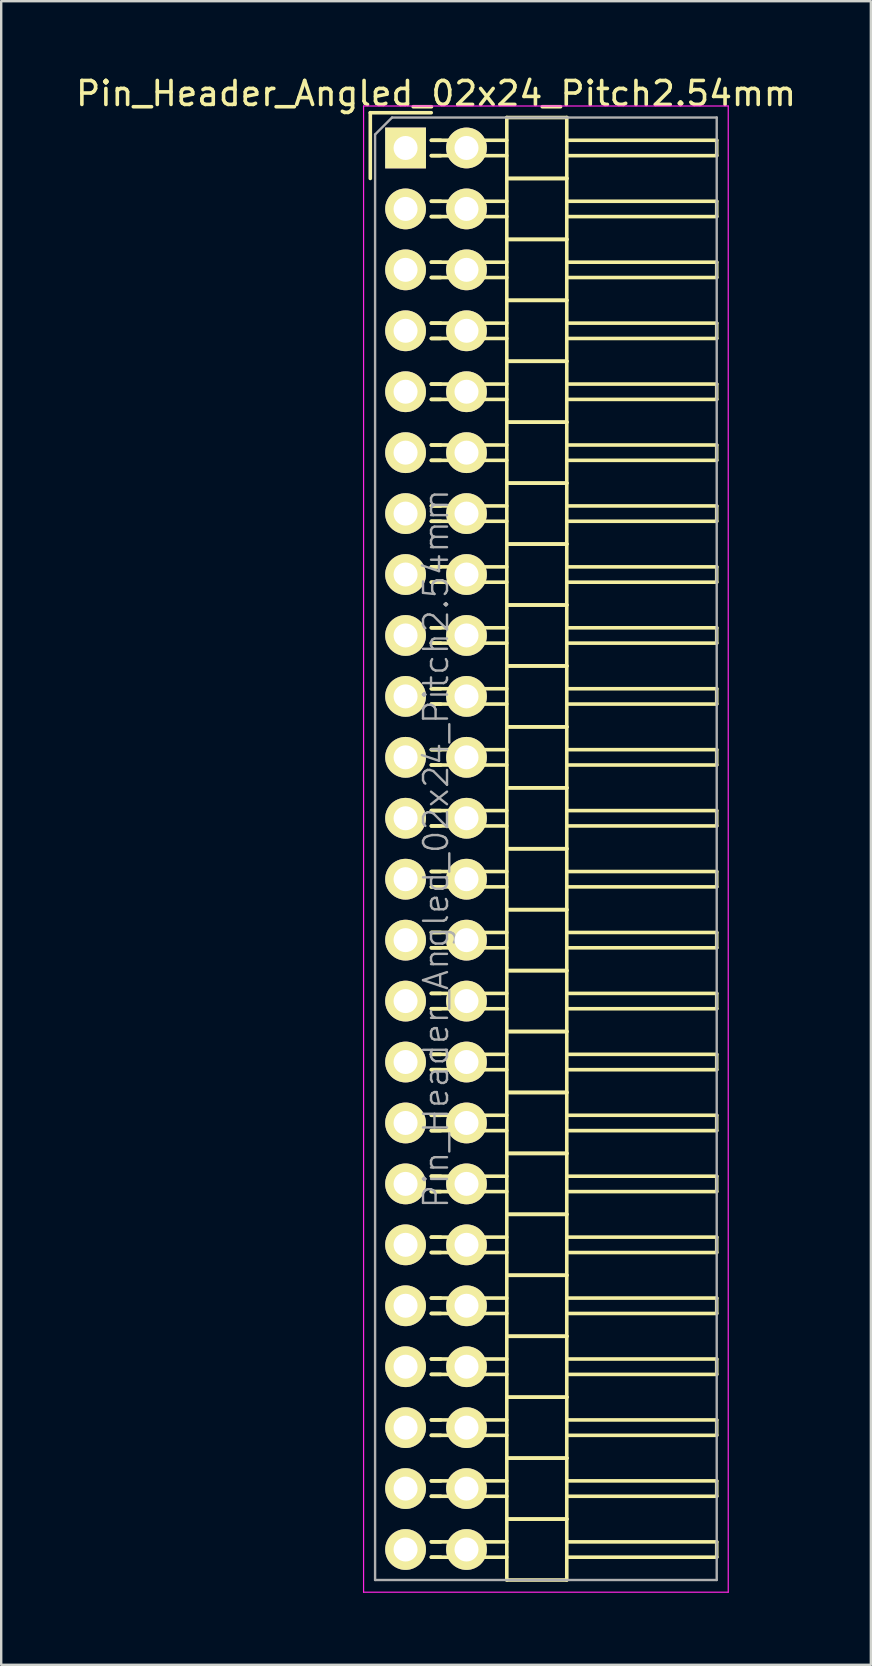
<source format=kicad_pcb>
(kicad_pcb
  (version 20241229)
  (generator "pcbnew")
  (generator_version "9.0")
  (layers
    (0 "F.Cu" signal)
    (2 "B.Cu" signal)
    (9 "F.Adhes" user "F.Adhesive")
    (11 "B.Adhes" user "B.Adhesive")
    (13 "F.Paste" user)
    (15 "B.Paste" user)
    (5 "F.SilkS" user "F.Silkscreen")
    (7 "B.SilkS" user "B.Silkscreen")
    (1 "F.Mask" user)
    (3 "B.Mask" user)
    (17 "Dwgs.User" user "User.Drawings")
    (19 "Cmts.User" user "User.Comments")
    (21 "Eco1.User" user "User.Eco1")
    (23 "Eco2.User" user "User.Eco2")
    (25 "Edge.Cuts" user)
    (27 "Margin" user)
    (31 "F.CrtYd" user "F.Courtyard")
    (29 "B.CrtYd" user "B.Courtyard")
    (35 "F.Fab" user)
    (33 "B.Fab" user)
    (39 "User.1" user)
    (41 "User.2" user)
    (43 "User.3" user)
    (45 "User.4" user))
  (footprint "Pin_Header_Angled_02x24_Pitch2.54mm"
    (layer "F.Cu")
    (at 13.855 3.118)
    (property "Reference" "Pin_Header_Angled_02x24_Pitch2.54mm" (at 1.27 -2.27 0) (layer "F.SilkS") (effects (font (size 1 1) (thickness 0.15))))
    (attr smd)
    (fp_line (start -1.47 -1.47) (end -1.47 1.27) (stroke (width 0.15) (type solid)) (layer "F.SilkS"))
    (fp_line (start -1.47 -1.47) (end 1.07 -1.47) (stroke (width 0.15) (type solid)) (layer "F.SilkS"))
    (fp_line (start 1.465 -0.32) (end 1.075 -0.32) (stroke (width 0.15) (type solid)) (layer "F.SilkS"))
    (fp_line (start 1.465 0.32) (end 1.075 0.32) (stroke (width 0.15) (type solid)) (layer "F.SilkS"))
    (fp_line (start 1.465 2.22) (end 1.075 2.22) (stroke (width 0.15) (type solid)) (layer "F.SilkS"))
    (fp_line (start 1.465 2.86) (end 1.075 2.86) (stroke (width 0.15) (type solid)) (layer "F.SilkS"))
    (fp_line (start 1.465 4.76) (end 1.075 4.76) (stroke (width 0.15) (type solid)) (layer "F.SilkS"))
    (fp_line (start 1.465 5.4) (end 1.075 5.4) (stroke (width 0.15) (type solid)) (layer "F.SilkS"))
    (fp_line (start 1.465 7.3) (end 1.075 7.3) (stroke (width 0.15) (type solid)) (layer "F.SilkS"))
    (fp_line (start 1.465 7.94) (end 1.075 7.94) (stroke (width 0.15) (type solid)) (layer "F.SilkS"))
    (fp_line (start 1.465 9.84) (end 1.075 9.84) (stroke (width 0.15) (type solid)) (layer "F.SilkS"))
    (fp_line (start 1.465 10.48) (end 1.075 10.48) (stroke (width 0.15) (type solid)) (layer "F.SilkS"))
    (fp_line (start 1.465 12.38) (end 1.075 12.38) (stroke (width 0.15) (type solid)) (layer "F.SilkS"))
    (fp_line (start 1.465 13.02) (end 1.075 13.02) (stroke (width 0.15) (type solid)) (layer "F.SilkS"))
    (fp_line (start 1.465 14.92) (end 1.075 14.92) (stroke (width 0.15) (type solid)) (layer "F.SilkS"))
    (fp_line (start 1.465 15.56) (end 1.075 15.56) (stroke (width 0.15) (type solid)) (layer "F.SilkS"))
    (fp_line (start 1.465 17.46) (end 1.075 17.46) (stroke (width 0.15) (type solid)) (layer "F.SilkS"))
    (fp_line (start 1.465 18.1) (end 1.075 18.1) (stroke (width 0.15) (type solid)) (layer "F.SilkS"))
    (fp_line (start 1.465 20) (end 1.075 20) (stroke (width 0.15) (type solid)) (layer "F.SilkS"))
    (fp_line (start 1.465 20.64) (end 1.075 20.64) (stroke (width 0.15) (type solid)) (layer "F.SilkS"))
    (fp_line (start 1.465 22.54) (end 1.075 22.54) (stroke (width 0.15) (type solid)) (layer "F.SilkS"))
    (fp_line (start 1.465 23.18) (end 1.075 23.18) (stroke (width 0.15) (type solid)) (layer "F.SilkS"))
    (fp_line (start 1.465 25.08) (end 1.075 25.08) (stroke (width 0.15) (type solid)) (layer "F.SilkS"))
    (fp_line (start 1.465 25.72) (end 1.075 25.72) (stroke (width 0.15) (type solid)) (layer "F.SilkS"))
    (fp_line (start 1.465 27.62) (end 1.075 27.62) (stroke (width 0.15) (type solid)) (layer "F.SilkS"))
    (fp_line (start 1.465 28.26) (end 1.075 28.26) (stroke (width 0.15) (type solid)) (layer "F.SilkS"))
    (fp_line (start 1.465 30.16) (end 1.075 30.16) (stroke (width 0.15) (type solid)) (layer "F.SilkS"))
    (fp_line (start 1.465 30.8) (end 1.075 30.8) (stroke (width 0.15) (type solid)) (layer "F.SilkS"))
    (fp_line (start 1.465 32.7) (end 1.075 32.7) (stroke (width 0.15) (type solid)) (layer "F.SilkS"))
    (fp_line (start 1.465 33.34) (end 1.075 33.34) (stroke (width 0.15) (type solid)) (layer "F.SilkS"))
    (fp_line (start 1.465 35.24) (end 1.075 35.24) (stroke (width 0.15) (type solid)) (layer "F.SilkS"))
    (fp_line (start 1.465 35.88) (end 1.075 35.88) (stroke (width 0.15) (type solid)) (layer "F.SilkS"))
    (fp_line (start 1.465 37.78) (end 1.075 37.78) (stroke (width 0.15) (type solid)) (layer "F.SilkS"))
    (fp_line (start 1.465 38.42) (end 1.075 38.42) (stroke (width 0.15) (type solid)) (layer "F.SilkS"))
    (fp_line (start 1.465 40.32) (end 1.075 40.32) (stroke (width 0.15) (type solid)) (layer "F.SilkS"))
    (fp_line (start 1.465 40.96) (end 1.075 40.96) (stroke (width 0.15) (type solid)) (layer "F.SilkS"))
    (fp_line (start 1.465 42.86) (end 1.075 42.86) (stroke (width 0.15) (type solid)) (layer "F.SilkS"))
    (fp_line (start 1.465 43.5) (end 1.075 43.5) (stroke (width 0.15) (type solid)) (layer "F.SilkS"))
    (fp_line (start 1.465 45.4) (end 1.075 45.4) (stroke (width 0.15) (type solid)) (layer "F.SilkS"))
    (fp_line (start 1.465 46.04) (end 1.075 46.04) (stroke (width 0.15) (type solid)) (layer "F.SilkS"))
    (fp_line (start 1.465 47.94) (end 1.075 47.94) (stroke (width 0.15) (type solid)) (layer "F.SilkS"))
    (fp_line (start 1.465 48.58) (end 1.075 48.58) (stroke (width 0.15) (type solid)) (layer "F.SilkS"))
    (fp_line (start 1.465 50.48) (end 1.075 50.48) (stroke (width 0.15) (type solid)) (layer "F.SilkS"))
    (fp_line (start 1.465 51.12) (end 1.075 51.12) (stroke (width 0.15) (type solid)) (layer "F.SilkS"))
    (fp_line (start 1.465 53.02) (end 1.075 53.02) (stroke (width 0.15) (type solid)) (layer "F.SilkS"))
    (fp_line (start 1.465 53.66) (end 1.075 53.66) (stroke (width 0.15) (type solid)) (layer "F.SilkS"))
    (fp_line (start 1.465 55.56) (end 1.075 55.56) (stroke (width 0.15) (type solid)) (layer "F.SilkS"))
    (fp_line (start 1.465 56.2) (end 1.075 56.2) (stroke (width 0.15) (type solid)) (layer "F.SilkS"))
    (fp_line (start 1.465 58.1) (end 1.075 58.1) (stroke (width 0.15) (type solid)) (layer "F.SilkS"))
    (fp_line (start 1.465 58.74) (end 1.075 58.74) (stroke (width 0.15) (type solid)) (layer "F.SilkS"))
    (fp_line (start 4.22 -0.32) (end 1.075 -0.32) (stroke (width 0.15) (type solid)) (layer "F.SilkS"))
    (fp_line (start 4.22 0.32) (end 1.075 0.32) (stroke (width 0.15) (type solid)) (layer "F.SilkS"))
    (fp_line (start 4.22 1.27) (end 4.22 -1.27) (stroke (width 0.15) (type solid)) (layer "F.SilkS"))
    (fp_line (start 4.22 2.22) (end 1.075 2.22) (stroke (width 0.15) (type solid)) (layer "F.SilkS"))
    (fp_line (start 4.22 2.86) (end 1.075 2.86) (stroke (width 0.15) (type solid)) (layer "F.SilkS"))
    (fp_line (start 4.22 3.81) (end 4.22 1.27) (stroke (width 0.15) (type solid)) (layer "F.SilkS"))
    (fp_line (start 4.22 4.76) (end 1.075 4.76) (stroke (width 0.15) (type solid)) (layer "F.SilkS"))
    (fp_line (start 4.22 5.4) (end 1.075 5.4) (stroke (width 0.15) (type solid)) (layer "F.SilkS"))
    (fp_line (start 4.22 6.35) (end 4.22 3.81) (stroke (width 0.15) (type solid)) (layer "F.SilkS"))
    (fp_line (start 4.22 7.3) (end 1.075 7.3) (stroke (width 0.15) (type solid)) (layer "F.SilkS"))
    (fp_line (start 4.22 7.94) (end 1.075 7.94) (stroke (width 0.15) (type solid)) (layer "F.SilkS"))
    (fp_line (start 4.22 8.89) (end 4.22 6.35) (stroke (width 0.15) (type solid)) (layer "F.SilkS"))
    (fp_line (start 4.22 9.84) (end 1.075 9.84) (stroke (width 0.15) (type solid)) (layer "F.SilkS"))
    (fp_line (start 4.22 10.48) (end 1.075 10.48) (stroke (width 0.15) (type solid)) (layer "F.SilkS"))
    (fp_line (start 4.22 11.43) (end 4.22 8.89) (stroke (width 0.15) (type solid)) (layer "F.SilkS"))
    (fp_line (start 4.22 12.38) (end 1.075 12.38) (stroke (width 0.15) (type solid)) (layer "F.SilkS"))
    (fp_line (start 4.22 13.02) (end 1.075 13.02) (stroke (width 0.15) (type solid)) (layer "F.SilkS"))
    (fp_line (start 4.22 13.97) (end 4.22 11.43) (stroke (width 0.15) (type solid)) (layer "F.SilkS"))
    (fp_line (start 4.22 14.92) (end 1.075 14.92) (stroke (width 0.15) (type solid)) (layer "F.SilkS"))
    (fp_line (start 4.22 15.56) (end 1.075 15.56) (stroke (width 0.15) (type solid)) (layer "F.SilkS"))
    (fp_line (start 4.22 16.51) (end 4.22 13.97) (stroke (width 0.15) (type solid)) (layer "F.SilkS"))
    (fp_line (start 4.22 17.46) (end 1.075 17.46) (stroke (width 0.15) (type solid)) (layer "F.SilkS"))
    (fp_line (start 4.22 18.1) (end 1.075 18.1) (stroke (width 0.15) (type solid)) (layer "F.SilkS"))
    (fp_line (start 4.22 19.05) (end 4.22 16.51) (stroke (width 0.15) (type solid)) (layer "F.SilkS"))
    (fp_line (start 4.22 20) (end 1.075 20) (stroke (width 0.15) (type solid)) (layer "F.SilkS"))
    (fp_line (start 4.22 20.64) (end 1.075 20.64) (stroke (width 0.15) (type solid)) (layer "F.SilkS"))
    (fp_line (start 4.22 21.59) (end 4.22 19.05) (stroke (width 0.15) (type solid)) (layer "F.SilkS"))
    (fp_line (start 4.22 22.54) (end 1.075 22.54) (stroke (width 0.15) (type solid)) (layer "F.SilkS"))
    (fp_line (start 4.22 23.18) (end 1.075 23.18) (stroke (width 0.15) (type solid)) (layer "F.SilkS"))
    (fp_line (start 4.22 24.13) (end 4.22 21.59) (stroke (width 0.15) (type solid)) (layer "F.SilkS"))
    (fp_line (start 4.22 25.08) (end 1.075 25.08) (stroke (width 0.15) (type solid)) (layer "F.SilkS"))
    (fp_line (start 4.22 25.72) (end 1.075 25.72) (stroke (width 0.15) (type solid)) (layer "F.SilkS"))
    (fp_line (start 4.22 26.67) (end 4.22 24.13) (stroke (width 0.15) (type solid)) (layer "F.SilkS"))
    (fp_line (start 4.22 27.62) (end 1.075 27.62) (stroke (width 0.15) (type solid)) (layer "F.SilkS"))
    (fp_line (start 4.22 28.26) (end 1.075 28.26) (stroke (width 0.15) (type solid)) (layer "F.SilkS"))
    (fp_line (start 4.22 29.21) (end 4.22 26.67) (stroke (width 0.15) (type solid)) (layer "F.SilkS"))
    (fp_line (start 4.22 30.16) (end 1.075 30.16) (stroke (width 0.15) (type solid)) (layer "F.SilkS"))
    (fp_line (start 4.22 30.8) (end 1.075 30.8) (stroke (width 0.15) (type solid)) (layer "F.SilkS"))
    (fp_line (start 4.22 31.75) (end 4.22 29.21) (stroke (width 0.15) (type solid)) (layer "F.SilkS"))
    (fp_line (start 4.22 32.7) (end 1.075 32.7) (stroke (width 0.15) (type solid)) (layer "F.SilkS"))
    (fp_line (start 4.22 33.34) (end 1.075 33.34) (stroke (width 0.15) (type solid)) (layer "F.SilkS"))
    (fp_line (start 4.22 34.29) (end 4.22 31.75) (stroke (width 0.15) (type solid)) (layer "F.SilkS"))
    (fp_line (start 4.22 35.24) (end 1.075 35.24) (stroke (width 0.15) (type solid)) (layer "F.SilkS"))
    (fp_line (start 4.22 35.88) (end 1.075 35.88) (stroke (width 0.15) (type solid)) (layer "F.SilkS"))
    (fp_line (start 4.22 36.83) (end 4.22 34.29) (stroke (width 0.15) (type solid)) (layer "F.SilkS"))
    (fp_line (start 4.22 37.78) (end 1.075 37.78) (stroke (width 0.15) (type solid)) (layer "F.SilkS"))
    (fp_line (start 4.22 38.42) (end 1.075 38.42) (stroke (width 0.15) (type solid)) (layer "F.SilkS"))
    (fp_line (start 4.22 39.37) (end 4.22 36.83) (stroke (width 0.15) (type solid)) (layer "F.SilkS"))
    (fp_line (start 4.22 40.32) (end 1.075 40.32) (stroke (width 0.15) (type solid)) (layer "F.SilkS"))
    (fp_line (start 4.22 40.96) (end 1.075 40.96) (stroke (width 0.15) (type solid)) (layer "F.SilkS"))
    (fp_line (start 4.22 41.91) (end 4.22 39.37) (stroke (width 0.15) (type solid)) (layer "F.SilkS"))
    (fp_line (start 4.22 42.86) (end 1.075 42.86) (stroke (width 0.15) (type solid)) (layer "F.SilkS"))
    (fp_line (start 4.22 43.5) (end 1.075 43.5) (stroke (width 0.15) (type solid)) (layer "F.SilkS"))
    (fp_line (start 4.22 44.45) (end 4.22 41.91) (stroke (width 0.15) (type solid)) (layer "F.SilkS"))
    (fp_line (start 4.22 45.4) (end 1.075 45.4) (stroke (width 0.15) (type solid)) (layer "F.SilkS"))
    (fp_line (start 4.22 46.04) (end 1.075 46.04) (stroke (width 0.15) (type solid)) (layer "F.SilkS"))
    (fp_line (start 4.22 46.99) (end 4.22 44.45) (stroke (width 0.15) (type solid)) (layer "F.SilkS"))
    (fp_line (start 4.22 47.94) (end 1.075 47.94) (stroke (width 0.15) (type solid)) (layer "F.SilkS"))
    (fp_line (start 4.22 48.58) (end 1.075 48.58) (stroke (width 0.15) (type solid)) (layer "F.SilkS"))
    (fp_line (start 4.22 49.53) (end 4.22 46.99) (stroke (width 0.15) (type solid)) (layer "F.SilkS"))
    (fp_line (start 4.22 50.48) (end 1.075 50.48) (stroke (width 0.15) (type solid)) (layer "F.SilkS"))
    (fp_line (start 4.22 51.12) (end 1.075 51.12) (stroke (width 0.15) (type solid)) (layer "F.SilkS"))
    (fp_line (start 4.22 52.07) (end 4.22 49.53) (stroke (width 0.15) (type solid)) (layer "F.SilkS"))
    (fp_line (start 4.22 53.02) (end 1.075 53.02) (stroke (width 0.15) (type solid)) (layer "F.SilkS"))
    (fp_line (start 4.22 53.66) (end 1.075 53.66) (stroke (width 0.15) (type solid)) (layer "F.SilkS"))
    (fp_line (start 4.22 54.61) (end 4.22 52.07) (stroke (width 0.15) (type solid)) (layer "F.SilkS"))
    (fp_line (start 4.22 55.56) (end 1.075 55.56) (stroke (width 0.15) (type solid)) (layer "F.SilkS"))
    (fp_line (start 4.22 56.2) (end 1.075 56.2) (stroke (width 0.15) (type solid)) (layer "F.SilkS"))
    (fp_line (start 4.22 57.15) (end 4.22 54.61) (stroke (width 0.15) (type solid)) (layer "F.SilkS"))
    (fp_line (start 4.22 58.1) (end 1.075 58.1) (stroke (width 0.15) (type solid)) (layer "F.SilkS"))
    (fp_line (start 4.22 58.74) (end 1.075 58.74) (stroke (width 0.15) (type solid)) (layer "F.SilkS"))
    (fp_line (start 4.22 59.69) (end 4.22 57.15) (stroke (width 0.15) (type solid)) (layer "F.SilkS"))
    (fp_line (start 6.72 -1.27) (end 4.22 -1.27) (stroke (width 0.15) (type solid)) (layer "F.SilkS"))
    (fp_line (start 6.72 -0.32) (end 12.97 -0.32) (stroke (width 0.15) (type solid)) (layer "F.SilkS"))
    (fp_line (start 6.72 0.32) (end 12.97 0.32) (stroke (width 0.15) (type solid)) (layer "F.SilkS"))
    (fp_line (start 6.72 1.27) (end 4.22 1.27) (stroke (width 0.15) (type solid)) (layer "F.SilkS"))
    (fp_line (start 6.72 1.27) (end 4.22 1.27) (stroke (width 0.15) (type solid)) (layer "F.SilkS"))
    (fp_line (start 6.72 1.27) (end 6.72 -1.27) (stroke (width 0.15) (type solid)) (layer "F.SilkS"))
    (fp_line (start 6.72 2.22) (end 12.97 2.22) (stroke (width 0.15) (type solid)) (layer "F.SilkS"))
    (fp_line (start 6.72 2.86) (end 12.97 2.86) (stroke (width 0.15) (type solid)) (layer "F.SilkS"))
    (fp_line (start 6.72 3.81) (end 4.22 3.81) (stroke (width 0.15) (type solid)) (layer "F.SilkS"))
    (fp_line (start 6.72 3.81) (end 4.22 3.81) (stroke (width 0.15) (type solid)) (layer "F.SilkS"))
    (fp_line (start 6.72 3.81) (end 6.72 1.27) (stroke (width 0.15) (type solid)) (layer "F.SilkS"))
    (fp_line (start 6.72 4.76) (end 12.97 4.76) (stroke (width 0.15) (type solid)) (layer "F.SilkS"))
    (fp_line (start 6.72 5.4) (end 12.97 5.4) (stroke (width 0.15) (type solid)) (layer "F.SilkS"))
    (fp_line (start 6.72 6.35) (end 4.22 6.35) (stroke (width 0.15) (type solid)) (layer "F.SilkS"))
    (fp_line (start 6.72 6.35) (end 4.22 6.35) (stroke (width 0.15) (type solid)) (layer "F.SilkS"))
    (fp_line (start 6.72 6.35) (end 6.72 3.81) (stroke (width 0.15) (type solid)) (layer "F.SilkS"))
    (fp_line (start 6.72 7.3) (end 12.97 7.3) (stroke (width 0.15) (type solid)) (layer "F.SilkS"))
    (fp_line (start 6.72 7.94) (end 12.97 7.94) (stroke (width 0.15) (type solid)) (layer "F.SilkS"))
    (fp_line (start 6.72 8.89) (end 4.22 8.89) (stroke (width 0.15) (type solid)) (layer "F.SilkS"))
    (fp_line (start 6.72 8.89) (end 4.22 8.89) (stroke (width 0.15) (type solid)) (layer "F.SilkS"))
    (fp_line (start 6.72 8.89) (end 6.72 6.35) (stroke (width 0.15) (type solid)) (layer "F.SilkS"))
    (fp_line (start 6.72 9.84) (end 12.97 9.84) (stroke (width 0.15) (type solid)) (layer "F.SilkS"))
    (fp_line (start 6.72 10.48) (end 12.97 10.48) (stroke (width 0.15) (type solid)) (layer "F.SilkS"))
    (fp_line (start 6.72 11.43) (end 4.22 11.43) (stroke (width 0.15) (type solid)) (layer "F.SilkS"))
    (fp_line (start 6.72 11.43) (end 4.22 11.43) (stroke (width 0.15) (type solid)) (layer "F.SilkS"))
    (fp_line (start 6.72 11.43) (end 6.72 8.89) (stroke (width 0.15) (type solid)) (layer "F.SilkS"))
    (fp_line (start 6.72 12.38) (end 12.97 12.38) (stroke (width 0.15) (type solid)) (layer "F.SilkS"))
    (fp_line (start 6.72 13.02) (end 12.97 13.02) (stroke (width 0.15) (type solid)) (layer "F.SilkS"))
    (fp_line (start 6.72 13.97) (end 4.22 13.97) (stroke (width 0.15) (type solid)) (layer "F.SilkS"))
    (fp_line (start 6.72 13.97) (end 4.22 13.97) (stroke (width 0.15) (type solid)) (layer "F.SilkS"))
    (fp_line (start 6.72 13.97) (end 6.72 11.43) (stroke (width 0.15) (type solid)) (layer "F.SilkS"))
    (fp_line (start 6.72 14.92) (end 12.97 14.92) (stroke (width 0.15) (type solid)) (layer "F.SilkS"))
    (fp_line (start 6.72 15.56) (end 12.97 15.56) (stroke (width 0.15) (type solid)) (layer "F.SilkS"))
    (fp_line (start 6.72 16.51) (end 4.22 16.51) (stroke (width 0.15) (type solid)) (layer "F.SilkS"))
    (fp_line (start 6.72 16.51) (end 4.22 16.51) (stroke (width 0.15) (type solid)) (layer "F.SilkS"))
    (fp_line (start 6.72 16.51) (end 6.72 13.97) (stroke (width 0.15) (type solid)) (layer "F.SilkS"))
    (fp_line (start 6.72 17.46) (end 12.97 17.46) (stroke (width 0.15) (type solid)) (layer "F.SilkS"))
    (fp_line (start 6.72 18.1) (end 12.97 18.1) (stroke (width 0.15) (type solid)) (layer "F.SilkS"))
    (fp_line (start 6.72 19.05) (end 4.22 19.05) (stroke (width 0.15) (type solid)) (layer "F.SilkS"))
    (fp_line (start 6.72 19.05) (end 4.22 19.05) (stroke (width 0.15) (type solid)) (layer "F.SilkS"))
    (fp_line (start 6.72 19.05) (end 6.72 16.51) (stroke (width 0.15) (type solid)) (layer "F.SilkS"))
    (fp_line (start 6.72 20) (end 12.97 20) (stroke (width 0.15) (type solid)) (layer "F.SilkS"))
    (fp_line (start 6.72 20.64) (end 12.97 20.64) (stroke (width 0.15) (type solid)) (layer "F.SilkS"))
    (fp_line (start 6.72 21.59) (end 4.22 21.59) (stroke (width 0.15) (type solid)) (layer "F.SilkS"))
    (fp_line (start 6.72 21.59) (end 4.22 21.59) (stroke (width 0.15) (type solid)) (layer "F.SilkS"))
    (fp_line (start 6.72 21.59) (end 6.72 19.05) (stroke (width 0.15) (type solid)) (layer "F.SilkS"))
    (fp_line (start 6.72 22.54) (end 12.97 22.54) (stroke (width 0.15) (type solid)) (layer "F.SilkS"))
    (fp_line (start 6.72 23.18) (end 12.97 23.18) (stroke (width 0.15) (type solid)) (layer "F.SilkS"))
    (fp_line (start 6.72 24.13) (end 4.22 24.13) (stroke (width 0.15) (type solid)) (layer "F.SilkS"))
    (fp_line (start 6.72 24.13) (end 4.22 24.13) (stroke (width 0.15) (type solid)) (layer "F.SilkS"))
    (fp_line (start 6.72 24.13) (end 6.72 21.59) (stroke (width 0.15) (type solid)) (layer "F.SilkS"))
    (fp_line (start 6.72 25.08) (end 12.97 25.08) (stroke (width 0.15) (type solid)) (layer "F.SilkS"))
    (fp_line (start 6.72 25.72) (end 12.97 25.72) (stroke (width 0.15) (type solid)) (layer "F.SilkS"))
    (fp_line (start 6.72 26.67) (end 4.22 26.67) (stroke (width 0.15) (type solid)) (layer "F.SilkS"))
    (fp_line (start 6.72 26.67) (end 4.22 26.67) (stroke (width 0.15) (type solid)) (layer "F.SilkS"))
    (fp_line (start 6.72 26.67) (end 6.72 24.13) (stroke (width 0.15) (type solid)) (layer "F.SilkS"))
    (fp_line (start 6.72 27.62) (end 12.97 27.62) (stroke (width 0.15) (type solid)) (layer "F.SilkS"))
    (fp_line (start 6.72 28.26) (end 12.97 28.26) (stroke (width 0.15) (type solid)) (layer "F.SilkS"))
    (fp_line (start 6.72 29.21) (end 4.22 29.21) (stroke (width 0.15) (type solid)) (layer "F.SilkS"))
    (fp_line (start 6.72 29.21) (end 4.22 29.21) (stroke (width 0.15) (type solid)) (layer "F.SilkS"))
    (fp_line (start 6.72 29.21) (end 6.72 26.67) (stroke (width 0.15) (type solid)) (layer "F.SilkS"))
    (fp_line (start 6.72 30.16) (end 12.97 30.16) (stroke (width 0.15) (type solid)) (layer "F.SilkS"))
    (fp_line (start 6.72 30.8) (end 12.97 30.8) (stroke (width 0.15) (type solid)) (layer "F.SilkS"))
    (fp_line (start 6.72 31.75) (end 4.22 31.75) (stroke (width 0.15) (type solid)) (layer "F.SilkS"))
    (fp_line (start 6.72 31.75) (end 4.22 31.75) (stroke (width 0.15) (type solid)) (layer "F.SilkS"))
    (fp_line (start 6.72 31.75) (end 6.72 29.21) (stroke (width 0.15) (type solid)) (layer "F.SilkS"))
    (fp_line (start 6.72 32.7) (end 12.97 32.7) (stroke (width 0.15) (type solid)) (layer "F.SilkS"))
    (fp_line (start 6.72 33.34) (end 12.97 33.34) (stroke (width 0.15) (type solid)) (layer "F.SilkS"))
    (fp_line (start 6.72 34.29) (end 4.22 34.29) (stroke (width 0.15) (type solid)) (layer "F.SilkS"))
    (fp_line (start 6.72 34.29) (end 4.22 34.29) (stroke (width 0.15) (type solid)) (layer "F.SilkS"))
    (fp_line (start 6.72 34.29) (end 6.72 31.75) (stroke (width 0.15) (type solid)) (layer "F.SilkS"))
    (fp_line (start 6.72 35.24) (end 12.97 35.24) (stroke (width 0.15) (type solid)) (layer "F.SilkS"))
    (fp_line (start 6.72 35.88) (end 12.97 35.88) (stroke (width 0.15) (type solid)) (layer "F.SilkS"))
    (fp_line (start 6.72 36.83) (end 4.22 36.83) (stroke (width 0.15) (type solid)) (layer "F.SilkS"))
    (fp_line (start 6.72 36.83) (end 4.22 36.83) (stroke (width 0.15) (type solid)) (layer "F.SilkS"))
    (fp_line (start 6.72 36.83) (end 6.72 34.29) (stroke (width 0.15) (type solid)) (layer "F.SilkS"))
    (fp_line (start 6.72 37.78) (end 12.97 37.78) (stroke (width 0.15) (type solid)) (layer "F.SilkS"))
    (fp_line (start 6.72 38.42) (end 12.97 38.42) (stroke (width 0.15) (type solid)) (layer "F.SilkS"))
    (fp_line (start 6.72 39.37) (end 4.22 39.37) (stroke (width 0.15) (type solid)) (layer "F.SilkS"))
    (fp_line (start 6.72 39.37) (end 4.22 39.37) (stroke (width 0.15) (type solid)) (layer "F.SilkS"))
    (fp_line (start 6.72 39.37) (end 6.72 36.83) (stroke (width 0.15) (type solid)) (layer "F.SilkS"))
    (fp_line (start 6.72 40.32) (end 12.97 40.32) (stroke (width 0.15) (type solid)) (layer "F.SilkS"))
    (fp_line (start 6.72 40.96) (end 12.97 40.96) (stroke (width 0.15) (type solid)) (layer "F.SilkS"))
    (fp_line (start 6.72 41.91) (end 4.22 41.91) (stroke (width 0.15) (type solid)) (layer "F.SilkS"))
    (fp_line (start 6.72 41.91) (end 4.22 41.91) (stroke (width 0.15) (type solid)) (layer "F.SilkS"))
    (fp_line (start 6.72 41.91) (end 6.72 39.37) (stroke (width 0.15) (type solid)) (layer "F.SilkS"))
    (fp_line (start 6.72 42.86) (end 12.97 42.86) (stroke (width 0.15) (type solid)) (layer "F.SilkS"))
    (fp_line (start 6.72 43.5) (end 12.97 43.5) (stroke (width 0.15) (type solid)) (layer "F.SilkS"))
    (fp_line (start 6.72 44.45) (end 4.22 44.45) (stroke (width 0.15) (type solid)) (layer "F.SilkS"))
    (fp_line (start 6.72 44.45) (end 4.22 44.45) (stroke (width 0.15) (type solid)) (layer "F.SilkS"))
    (fp_line (start 6.72 44.45) (end 6.72 41.91) (stroke (width 0.15) (type solid)) (layer "F.SilkS"))
    (fp_line (start 6.72 45.4) (end 12.97 45.4) (stroke (width 0.15) (type solid)) (layer "F.SilkS"))
    (fp_line (start 6.72 46.04) (end 12.97 46.04) (stroke (width 0.15) (type solid)) (layer "F.SilkS"))
    (fp_line (start 6.72 46.99) (end 4.22 46.99) (stroke (width 0.15) (type solid)) (layer "F.SilkS"))
    (fp_line (start 6.72 46.99) (end 4.22 46.99) (stroke (width 0.15) (type solid)) (layer "F.SilkS"))
    (fp_line (start 6.72 46.99) (end 6.72 44.45) (stroke (width 0.15) (type solid)) (layer "F.SilkS"))
    (fp_line (start 6.72 47.94) (end 12.97 47.94) (stroke (width 0.15) (type solid)) (layer "F.SilkS"))
    (fp_line (start 6.72 48.58) (end 12.97 48.58) (stroke (width 0.15) (type solid)) (layer "F.SilkS"))
    (fp_line (start 6.72 49.53) (end 4.22 49.53) (stroke (width 0.15) (type solid)) (layer "F.SilkS"))
    (fp_line (start 6.72 49.53) (end 4.22 49.53) (stroke (width 0.15) (type solid)) (layer "F.SilkS"))
    (fp_line (start 6.72 49.53) (end 6.72 46.99) (stroke (width 0.15) (type solid)) (layer "F.SilkS"))
    (fp_line (start 6.72 50.48) (end 12.97 50.48) (stroke (width 0.15) (type solid)) (layer "F.SilkS"))
    (fp_line (start 6.72 51.12) (end 12.97 51.12) (stroke (width 0.15) (type solid)) (layer "F.SilkS"))
    (fp_line (start 6.72 52.07) (end 4.22 52.07) (stroke (width 0.15) (type solid)) (layer "F.SilkS"))
    (fp_line (start 6.72 52.07) (end 4.22 52.07) (stroke (width 0.15) (type solid)) (layer "F.SilkS"))
    (fp_line (start 6.72 52.07) (end 6.72 49.53) (stroke (width 0.15) (type solid)) (layer "F.SilkS"))
    (fp_line (start 6.72 53.02) (end 12.97 53.02) (stroke (width 0.15) (type solid)) (layer "F.SilkS"))
    (fp_line (start 6.72 53.66) (end 12.97 53.66) (stroke (width 0.15) (type solid)) (layer "F.SilkS"))
    (fp_line (start 6.72 54.61) (end 4.22 54.61) (stroke (width 0.15) (type solid)) (layer "F.SilkS"))
    (fp_line (start 6.72 54.61) (end 4.22 54.61) (stroke (width 0.15) (type solid)) (layer "F.SilkS"))
    (fp_line (start 6.72 54.61) (end 6.72 52.07) (stroke (width 0.15) (type solid)) (layer "F.SilkS"))
    (fp_line (start 6.72 55.56) (end 12.97 55.56) (stroke (width 0.15) (type solid)) (layer "F.SilkS"))
    (fp_line (start 6.72 56.2) (end 12.97 56.2) (stroke (width 0.15) (type solid)) (layer "F.SilkS"))
    (fp_line (start 6.72 57.15) (end 4.22 57.15) (stroke (width 0.15) (type solid)) (layer "F.SilkS"))
    (fp_line (start 6.72 57.15) (end 4.22 57.15) (stroke (width 0.15) (type solid)) (layer "F.SilkS"))
    (fp_line (start 6.72 57.15) (end 6.72 54.61) (stroke (width 0.15) (type solid)) (layer "F.SilkS"))
    (fp_line (start 6.72 58.1) (end 12.97 58.1) (stroke (width 0.15) (type solid)) (layer "F.SilkS"))
    (fp_line (start 6.72 58.74) (end 12.97 58.74) (stroke (width 0.15) (type solid)) (layer "F.SilkS"))
    (fp_line (start 6.72 59.69) (end 4.22 59.69) (stroke (width 0.15) (type solid)) (layer "F.SilkS"))
    (fp_line (start 6.72 59.69) (end 6.72 57.15) (stroke (width 0.15) (type solid)) (layer "F.SilkS"))
    (fp_line (start 12.97 0.32) (end 12.97 -0.32) (stroke (width 0.15) (type solid)) (layer "F.SilkS"))
    (fp_line (start 12.97 2.86) (end 12.97 2.22) (stroke (width 0.15) (type solid)) (layer "F.SilkS"))
    (fp_line (start 12.97 5.4) (end 12.97 4.76) (stroke (width 0.15) (type solid)) (layer "F.SilkS"))
    (fp_line (start 12.97 7.94) (end 12.97 7.3) (stroke (width 0.15) (type solid)) (layer "F.SilkS"))
    (fp_line (start 12.97 10.48) (end 12.97 9.84) (stroke (width 0.15) (type solid)) (layer "F.SilkS"))
    (fp_line (start 12.97 13.02) (end 12.97 12.38) (stroke (width 0.15) (type solid)) (layer "F.SilkS"))
    (fp_line (start 12.97 15.56) (end 12.97 14.92) (stroke (width 0.15) (type solid)) (layer "F.SilkS"))
    (fp_line (start 12.97 18.1) (end 12.97 17.46) (stroke (width 0.15) (type solid)) (layer "F.SilkS"))
    (fp_line (start 12.97 20.64) (end 12.97 20) (stroke (width 0.15) (type solid)) (layer "F.SilkS"))
    (fp_line (start 12.97 23.18) (end 12.97 22.54) (stroke (width 0.15) (type solid)) (layer "F.SilkS"))
    (fp_line (start 12.97 25.72) (end 12.97 25.08) (stroke (width 0.15) (type solid)) (layer "F.SilkS"))
    (fp_line (start 12.97 28.26) (end 12.97 27.62) (stroke (width 0.15) (type solid)) (layer "F.SilkS"))
    (fp_line (start 12.97 30.8) (end 12.97 30.16) (stroke (width 0.15) (type solid)) (layer "F.SilkS"))
    (fp_line (start 12.97 33.34) (end 12.97 32.7) (stroke (width 0.15) (type solid)) (layer "F.SilkS"))
    (fp_line (start 12.97 35.88) (end 12.97 35.24) (stroke (width 0.15) (type solid)) (layer "F.SilkS"))
    (fp_line (start 12.97 38.42) (end 12.97 37.78) (stroke (width 0.15) (type solid)) (layer "F.SilkS"))
    (fp_line (start 12.97 40.96) (end 12.97 40.32) (stroke (width 0.15) (type solid)) (layer "F.SilkS"))
    (fp_line (start 12.97 43.5) (end 12.97 42.86) (stroke (width 0.15) (type solid)) (layer "F.SilkS"))
    (fp_line (start 12.97 46.04) (end 12.97 45.4) (stroke (width 0.15) (type solid)) (layer "F.SilkS"))
    (fp_line (start 12.97 48.58) (end 12.97 47.94) (stroke (width 0.15) (type solid)) (layer "F.SilkS"))
    (fp_line (start 12.97 51.12) (end 12.97 50.48) (stroke (width 0.15) (type solid)) (layer "F.SilkS"))
    (fp_line (start 12.97 53.66) (end 12.97 53.02) (stroke (width 0.15) (type solid)) (layer "F.SilkS"))
    (fp_line (start 12.97 56.2) (end 12.97 55.56) (stroke (width 0.15) (type solid)) (layer "F.SilkS"))
    (fp_line (start 12.97 58.74) (end 12.97 58.1) (stroke (width 0.15) (type solid)) (layer "F.SilkS"))
    (fp_line (start -1.75 -1.75) (end -1.75 60.2) (stroke (width 0.05) (type solid)) (layer "F.CrtYd"))
    (fp_line (start 13.45 -1.75) (end -1.75 -1.75) (stroke (width 0.05) (type solid)) (layer "F.CrtYd"))
    (fp_line (start 13.45 -1.75) (end 13.45 60.2) (stroke (width 0.05) (type solid)) (layer "F.CrtYd"))
    (fp_line (start 13.45 60.2) (end -1.75 60.2) (stroke (width 0.05) (type solid)) (layer "F.CrtYd"))
    (fp_line (start -1.27 -0.563) (end -0.563 -1.27) (stroke (width 0.1) (type solid)) (layer "F.Fab"))
    (fp_line (start -1.27 59.69) (end -1.27 -0.563) (stroke (width 0.1) (type solid)) (layer "F.Fab"))
    (fp_line (start 12.97 -1.27) (end -0.563 -1.27) (stroke (width 0.1) (type solid)) (layer "F.Fab"))
    (fp_line (start 12.97 59.69) (end -1.27 59.69) (stroke (width 0.1) (type solid)) (layer "F.Fab"))
    (fp_line (start 12.97 59.69) (end 12.97 -1.27) (stroke (width 0.1) (type solid)) (layer "F.Fab"))
    (fp_text user "${REFERENCE}" (at 1.27 29.21 90) (layer "F.Fab") (effects (font (size 1 1) (thickness 0.1))))
    (pad "1" thru_hole rect (at 0 0) (size 1.7 1.7) (drill 1) (layers "*.Cu" "*.Mask" "F.SilkS"))
    (pad "2" thru_hole oval (at 2.54 0) (size 1.7 1.7) (drill 1) (layers "*.Cu" "*.Mask" "F.SilkS"))
    (pad "3" thru_hole oval (at 0 2.54) (size 1.7 1.7) (drill 1) (layers "*.Cu" "*.Mask" "F.SilkS"))
    (pad "4" thru_hole oval (at 2.54 2.54) (size 1.7 1.7) (drill 1) (layers "*.Cu" "*.Mask" "F.SilkS"))
    (pad "5" thru_hole oval (at 0 5.08) (size 1.7 1.7) (drill 1) (layers "*.Cu" "*.Mask" "F.SilkS"))
    (pad "6" thru_hole oval (at 2.54 5.08) (size 1.7 1.7) (drill 1) (layers "*.Cu" "*.Mask" "F.SilkS"))
    (pad "7" thru_hole oval (at 0 7.62) (size 1.7 1.7) (drill 1) (layers "*.Cu" "*.Mask" "F.SilkS"))
    (pad "8" thru_hole oval (at 2.54 7.62) (size 1.7 1.7) (drill 1) (layers "*.Cu" "*.Mask" "F.SilkS"))
    (pad "9" thru_hole oval (at 0 10.16) (size 1.7 1.7) (drill 1) (layers "*.Cu" "*.Mask" "F.SilkS"))
    (pad "10" thru_hole oval (at 2.54 10.16) (size 1.7 1.7) (drill 1) (layers "*.Cu" "*.Mask" "F.SilkS"))
    (pad "11" thru_hole oval (at 0 12.7) (size 1.7 1.7) (drill 1) (layers "*.Cu" "*.Mask" "F.SilkS"))
    (pad "12" thru_hole oval (at 2.54 12.7) (size 1.7 1.7) (drill 1) (layers "*.Cu" "*.Mask" "F.SilkS"))
    (pad "13" thru_hole oval (at 0 15.24) (size 1.7 1.7) (drill 1) (layers "*.Cu" "*.Mask" "F.SilkS"))
    (pad "14" thru_hole oval (at 2.54 15.24) (size 1.7 1.7) (drill 1) (layers "*.Cu" "*.Mask" "F.SilkS"))
    (pad "15" thru_hole oval (at 0 17.78) (size 1.7 1.7) (drill 1) (layers "*.Cu" "*.Mask" "F.SilkS"))
    (pad "16" thru_hole oval (at 2.54 17.78) (size 1.7 1.7) (drill 1) (layers "*.Cu" "*.Mask" "F.SilkS"))
    (pad "17" thru_hole oval (at 0 20.32) (size 1.7 1.7) (drill 1) (layers "*.Cu" "*.Mask" "F.SilkS"))
    (pad "18" thru_hole oval (at 2.54 20.32) (size 1.7 1.7) (drill 1) (layers "*.Cu" "*.Mask" "F.SilkS"))
    (pad "19" thru_hole oval (at 0 22.86) (size 1.7 1.7) (drill 1) (layers "*.Cu" "*.Mask" "F.SilkS"))
    (pad "20" thru_hole oval (at 2.54 22.86) (size 1.7 1.7) (drill 1) (layers "*.Cu" "*.Mask" "F.SilkS"))
    (pad "21" thru_hole oval (at 0 25.4) (size 1.7 1.7) (drill 1) (layers "*.Cu" "*.Mask" "F.SilkS"))
    (pad "22" thru_hole oval (at 2.54 25.4) (size 1.7 1.7) (drill 1) (layers "*.Cu" "*.Mask" "F.SilkS"))
    (pad "23" thru_hole oval (at 0 27.94) (size 1.7 1.7) (drill 1) (layers "*.Cu" "*.Mask" "F.SilkS"))
    (pad "24" thru_hole oval (at 2.54 27.94) (size 1.7 1.7) (drill 1) (layers "*.Cu" "*.Mask" "F.SilkS"))
    (pad "25" thru_hole oval (at 0 30.48) (size 1.7 1.7) (drill 1) (layers "*.Cu" "*.Mask" "F.SilkS"))
    (pad "26" thru_hole oval (at 2.54 30.48) (size 1.7 1.7) (drill 1) (layers "*.Cu" "*.Mask" "F.SilkS"))
    (pad "27" thru_hole oval (at 0 33.02) (size 1.7 1.7) (drill 1) (layers "*.Cu" "*.Mask" "F.SilkS"))
    (pad "28" thru_hole oval (at 2.54 33.02) (size 1.7 1.7) (drill 1) (layers "*.Cu" "*.Mask" "F.SilkS"))
    (pad "29" thru_hole oval (at 0 35.56) (size 1.7 1.7) (drill 1) (layers "*.Cu" "*.Mask" "F.SilkS"))
    (pad "30" thru_hole oval (at 2.54 35.56) (size 1.7 1.7) (drill 1) (layers "*.Cu" "*.Mask" "F.SilkS"))
    (pad "31" thru_hole oval (at 0 38.1) (size 1.7 1.7) (drill 1) (layers "*.Cu" "*.Mask" "F.SilkS"))
    (pad "32" thru_hole oval (at 2.54 38.1) (size 1.7 1.7) (drill 1) (layers "*.Cu" "*.Mask" "F.SilkS"))
    (pad "33" thru_hole oval (at 0 40.64) (size 1.7 1.7) (drill 1) (layers "*.Cu" "*.Mask" "F.SilkS"))
    (pad "34" thru_hole oval (at 2.54 40.64) (size 1.7 1.7) (drill 1) (layers "*.Cu" "*.Mask" "F.SilkS"))
    (pad "35" thru_hole oval (at 0 43.18) (size 1.7 1.7) (drill 1) (layers "*.Cu" "*.Mask" "F.SilkS"))
    (pad "36" thru_hole oval (at 2.54 43.18) (size 1.7 1.7) (drill 1) (layers "*.Cu" "*.Mask" "F.SilkS"))
    (pad "37" thru_hole oval (at 0 45.72) (size 1.7 1.7) (drill 1) (layers "*.Cu" "*.Mask" "F.SilkS"))
    (pad "38" thru_hole oval (at 2.54 45.72) (size 1.7 1.7) (drill 1) (layers "*.Cu" "*.Mask" "F.SilkS"))
    (pad "39" thru_hole oval (at 0 48.26) (size 1.7 1.7) (drill 1) (layers "*.Cu" "*.Mask" "F.SilkS"))
    (pad "40" thru_hole oval (at 2.54 48.26) (size 1.7 1.7) (drill 1) (layers "*.Cu" "*.Mask" "F.SilkS"))
    (pad "41" thru_hole oval (at 0 50.8) (size 1.7 1.7) (drill 1) (layers "*.Cu" "*.Mask" "F.SilkS"))
    (pad "42" thru_hole oval (at 2.54 50.8) (size 1.7 1.7) (drill 1) (layers "*.Cu" "*.Mask" "F.SilkS"))
    (pad "43" thru_hole oval (at 0 53.34) (size 1.7 1.7) (drill 1) (layers "*.Cu" "*.Mask" "F.SilkS"))
    (pad "44" thru_hole oval (at 2.54 53.34) (size 1.7 1.7) (drill 1) (layers "*.Cu" "*.Mask" "F.SilkS"))
    (pad "45" thru_hole oval (at 0 55.88) (size 1.7 1.7) (drill 1) (layers "*.Cu" "*.Mask" "F.SilkS"))
    (pad "46" thru_hole oval (at 2.54 55.88) (size 1.7 1.7) (drill 1) (layers "*.Cu" "*.Mask" "F.SilkS"))
    (pad "47" thru_hole oval (at 0 58.42) (size 1.7 1.7) (drill 1) (layers "*.Cu" "*.Mask" "F.SilkS"))
    (pad "48" thru_hole oval (at 2.54 58.42) (size 1.7 1.7) (drill 1) (layers "*.Cu" "*.Mask" "F.SilkS")))
  (gr_rect
    (start -3 -3)
    (end 33.25 66.343)
    (stroke (width 0.1) (type default))
    (fill no)
    (layer "Edge.Cuts")))
</source>
